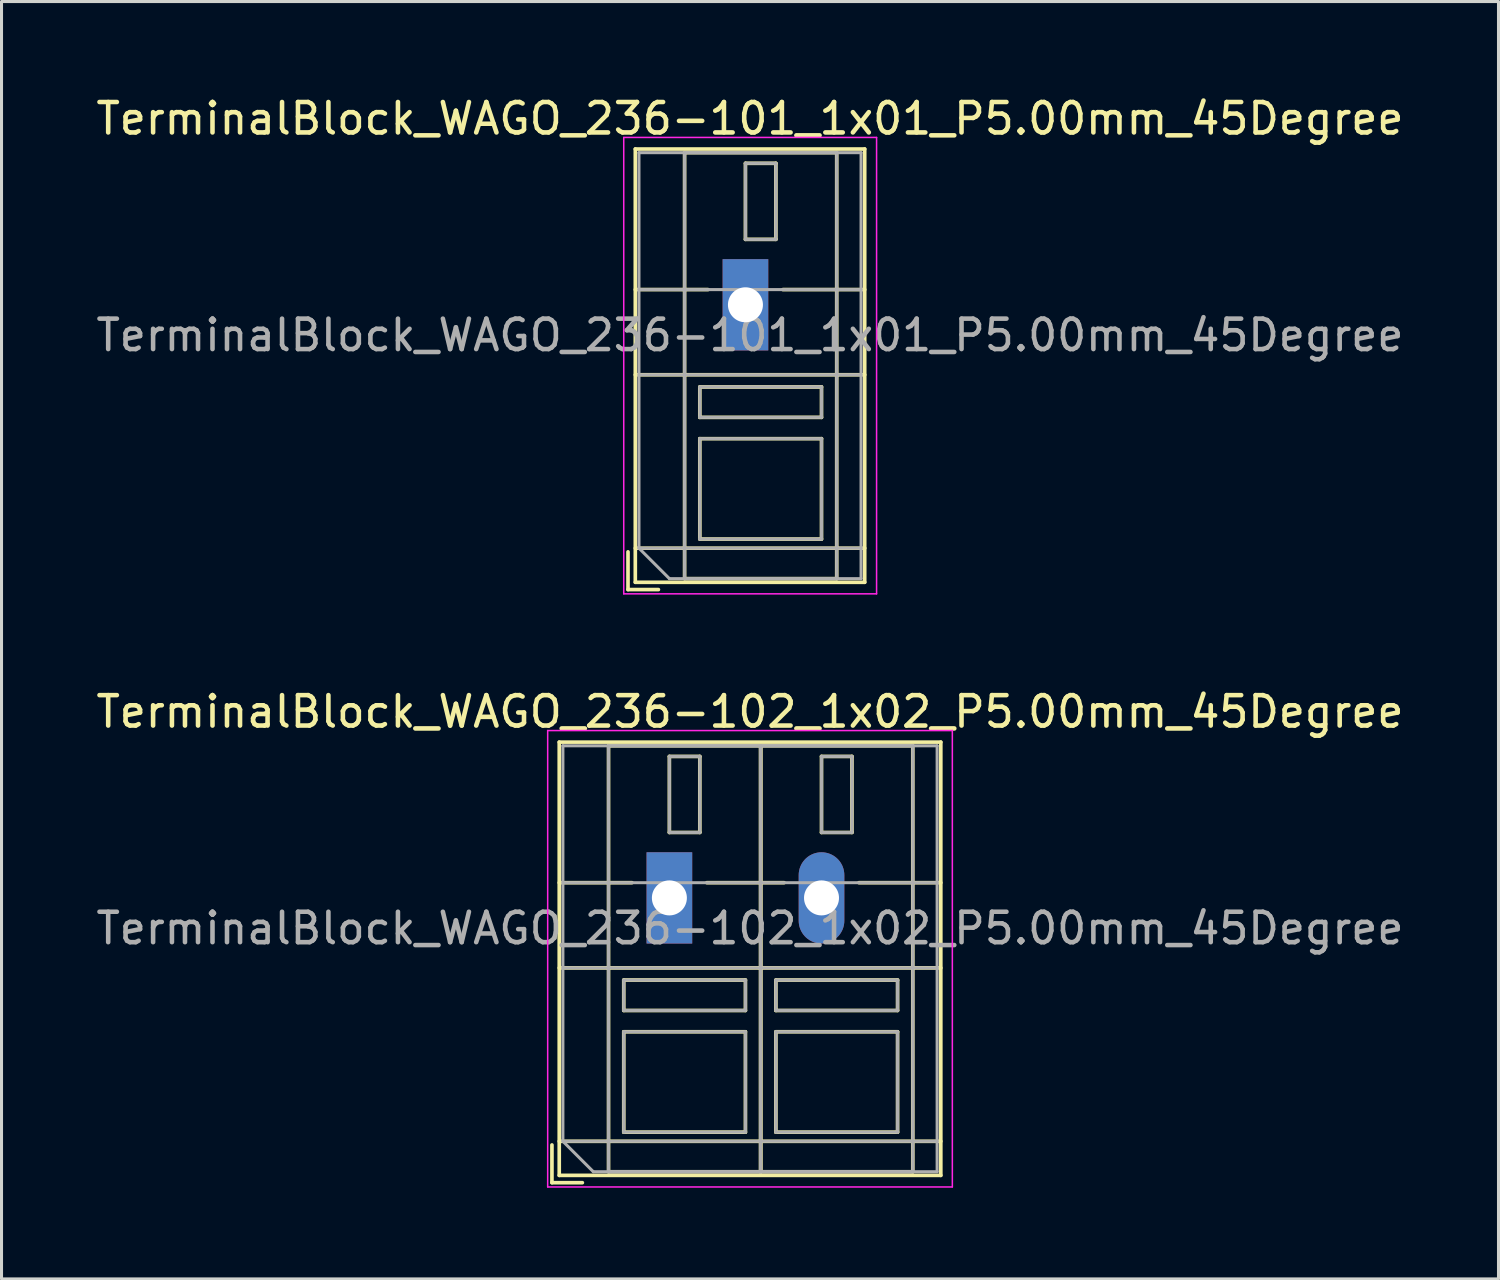
<source format=kicad_pcb>
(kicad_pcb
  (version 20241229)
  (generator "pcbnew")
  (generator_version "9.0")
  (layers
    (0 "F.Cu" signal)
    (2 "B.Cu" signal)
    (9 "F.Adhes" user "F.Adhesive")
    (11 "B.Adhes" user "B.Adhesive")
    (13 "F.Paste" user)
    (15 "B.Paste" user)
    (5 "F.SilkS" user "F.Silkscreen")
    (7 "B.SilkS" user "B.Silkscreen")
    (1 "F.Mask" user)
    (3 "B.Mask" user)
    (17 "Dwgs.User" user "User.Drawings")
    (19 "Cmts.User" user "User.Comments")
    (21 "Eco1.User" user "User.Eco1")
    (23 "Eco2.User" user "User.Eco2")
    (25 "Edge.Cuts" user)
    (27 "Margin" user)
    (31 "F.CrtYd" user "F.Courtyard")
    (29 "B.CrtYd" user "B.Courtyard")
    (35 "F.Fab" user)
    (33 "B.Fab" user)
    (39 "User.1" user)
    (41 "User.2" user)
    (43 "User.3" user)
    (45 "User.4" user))
  (footprint "TerminalBlock_WAGO_236-101_1x01_P5.00mm_45Degree"
    (layer "F.Cu")
    (at 21.451 6.968)
    (property "Reference" "TerminalBlock_WAGO_236-101_1x01_P5.00mm_45Degree" (at 0.15 -6.12 0) (layer "F.SilkS") (effects (font (size 1 1) (thickness 0.15))))
    (attr through_hole)
    (fp_line (start -3.86 8.12) (end -3.86 9.36) (stroke (width 0.12) (type solid)) (layer "F.SilkS"))
    (fp_line (start -3.86 9.36) (end -2.86 9.36) (stroke (width 0.12) (type solid)) (layer "F.SilkS"))
    (fp_line (start -3.62 -5.12) (end -3.62 9.12) (stroke (width 0.12) (type solid)) (layer "F.SilkS"))
    (fp_line (start -3.62 -5.12) (end 3.92 -5.12) (stroke (width 0.12) (type solid)) (layer "F.SilkS"))
    (fp_line (start -3.62 -0.5) (end -1.23 -0.5) (stroke (width 0.12) (type solid)) (layer "F.SilkS"))
    (fp_line (start -3.62 2.3) (end 3.92 2.3) (stroke (width 0.12) (type solid)) (layer "F.SilkS"))
    (fp_line (start -3.62 8) (end 3.92 8) (stroke (width 0.12) (type solid)) (layer "F.SilkS"))
    (fp_line (start -3.62 9.12) (end 3.92 9.12) (stroke (width 0.12) (type solid)) (layer "F.SilkS"))
    (fp_line (start -2 -5) (end -2 9) (stroke (width 0.12) (type solid)) (layer "F.SilkS"))
    (fp_line (start -2 -5) (end 3 -5) (stroke (width 0.12) (type solid)) (layer "F.SilkS"))
    (fp_line (start -2 9) (end 3 9) (stroke (width 0.12) (type solid)) (layer "F.SilkS"))
    (fp_line (start -1.5 2.7) (end -1.5 3.7) (stroke (width 0.12) (type solid)) (layer "F.SilkS"))
    (fp_line (start -1.5 2.7) (end 2.5 2.7) (stroke (width 0.12) (type solid)) (layer "F.SilkS"))
    (fp_line (start -1.5 3.7) (end 2.5 3.7) (stroke (width 0.12) (type solid)) (layer "F.SilkS"))
    (fp_line (start -1.5 4.4) (end -1.5 7.7) (stroke (width 0.12) (type solid)) (layer "F.SilkS"))
    (fp_line (start -1.5 4.4) (end 2.5 4.4) (stroke (width 0.12) (type solid)) (layer "F.SilkS"))
    (fp_line (start -1.5 7.7) (end 2.5 7.7) (stroke (width 0.12) (type solid)) (layer "F.SilkS"))
    (fp_line (start 0 -4.65) (end 0 -2.151) (stroke (width 0.12) (type solid)) (layer "F.SilkS"))
    (fp_line (start 0 -4.65) (end 1 -4.65) (stroke (width 0.12) (type solid)) (layer "F.SilkS"))
    (fp_line (start 0 -2.151) (end 1 -2.151) (stroke (width 0.12) (type solid)) (layer "F.SilkS"))
    (fp_line (start 1 -4.65) (end 1 -2.151) (stroke (width 0.12) (type solid)) (layer "F.SilkS"))
    (fp_line (start 1.23 -0.5) (end 3.92 -0.5) (stroke (width 0.12) (type solid)) (layer "F.SilkS"))
    (fp_line (start 2.5 2.7) (end 2.5 3.7) (stroke (width 0.12) (type solid)) (layer "F.SilkS"))
    (fp_line (start 2.5 4.4) (end 2.5 7.7) (stroke (width 0.12) (type solid)) (layer "F.SilkS"))
    (fp_line (start 3 -5) (end 3 9) (stroke (width 0.12) (type solid)) (layer "F.SilkS"))
    (fp_line (start 3.92 -5.12) (end 3.92 9.12) (stroke (width 0.12) (type solid)) (layer "F.SilkS"))
    (fp_line (start -4 -5.5) (end -4 9.5) (stroke (width 0.05) (type solid)) (layer "F.CrtYd"))
    (fp_line (start -4 9.5) (end 4.31 9.5) (stroke (width 0.05) (type solid)) (layer "F.CrtYd"))
    (fp_line (start 4.31 -5.5) (end -4 -5.5) (stroke (width 0.05) (type solid)) (layer "F.CrtYd"))
    (fp_line (start 4.31 9.5) (end 4.31 -5.5) (stroke (width 0.05) (type solid)) (layer "F.CrtYd"))
    (fp_line (start -3.5 -5) (end 3.8 -5) (stroke (width 0.1) (type solid)) (layer "F.Fab"))
    (fp_line (start -3.5 -0.5) (end 3.8 -0.5) (stroke (width 0.1) (type solid)) (layer "F.Fab"))
    (fp_line (start -3.5 2.3) (end 3.8 2.3) (stroke (width 0.1) (type solid)) (layer "F.Fab"))
    (fp_line (start -3.5 8) (end -3.5 -5) (stroke (width 0.1) (type solid)) (layer "F.Fab"))
    (fp_line (start -3.5 8) (end 3.8 8) (stroke (width 0.1) (type solid)) (layer "F.Fab"))
    (fp_line (start -2.5 9) (end -3.5 8) (stroke (width 0.1) (type solid)) (layer "F.Fab"))
    (fp_line (start -2 -5) (end -2 9) (stroke (width 0.1) (type solid)) (layer "F.Fab"))
    (fp_line (start -2 9) (end 3 9) (stroke (width 0.1) (type solid)) (layer "F.Fab"))
    (fp_line (start -1.5 2.7) (end -1.5 3.7) (stroke (width 0.1) (type solid)) (layer "F.Fab"))
    (fp_line (start -1.5 3.7) (end 2.5 3.7) (stroke (width 0.1) (type solid)) (layer "F.Fab"))
    (fp_line (start -1.5 4.4) (end -1.5 7.7) (stroke (width 0.1) (type solid)) (layer "F.Fab"))
    (fp_line (start -1.5 7.7) (end 2.5 7.7) (stroke (width 0.1) (type solid)) (layer "F.Fab"))
    (fp_line (start 0 -4.65) (end 0 -2.15) (stroke (width 0.1) (type solid)) (layer "F.Fab"))
    (fp_line (start 0 -2.15) (end 1 -2.15) (stroke (width 0.1) (type solid)) (layer "F.Fab"))
    (fp_line (start 1 -4.65) (end 0 -4.65) (stroke (width 0.1) (type solid)) (layer "F.Fab"))
    (fp_line (start 1 -2.15) (end 1 -4.65) (stroke (width 0.1) (type solid)) (layer "F.Fab"))
    (fp_line (start 2.5 2.7) (end -1.5 2.7) (stroke (width 0.1) (type solid)) (layer "F.Fab"))
    (fp_line (start 2.5 3.7) (end 2.5 2.7) (stroke (width 0.1) (type solid)) (layer "F.Fab"))
    (fp_line (start 2.5 4.4) (end -1.5 4.4) (stroke (width 0.1) (type solid)) (layer "F.Fab"))
    (fp_line (start 2.5 7.7) (end 2.5 4.4) (stroke (width 0.1) (type solid)) (layer "F.Fab"))
    (fp_line (start 3 -5) (end -2 -5) (stroke (width 0.1) (type solid)) (layer "F.Fab"))
    (fp_line (start 3 9) (end 3 -5) (stroke (width 0.1) (type solid)) (layer "F.Fab"))
    (fp_line (start 3.8 -5) (end 3.8 9) (stroke (width 0.1) (type solid)) (layer "F.Fab"))
    (fp_line (start 3.8 9) (end -2.5 9) (stroke (width 0.1) (type solid)) (layer "F.Fab"))
    (fp_text user "${REFERENCE}" (at 0.15 1 0) (layer "F.Fab") (effects (font (size 1 1) (thickness 0.15))))
    (pad "1" thru_hole rect (at 0 0) (size 1.5 3) (drill 1.15) (layers "*.Cu" "*.Mask")))
  (footprint "TerminalBlock_WAGO_236-102_1x02_P5.00mm_45Degree"
    (layer "F.Cu")
    (at 18.951 26.462)
    (property "Reference" "TerminalBlock_WAGO_236-102_1x02_P5.00mm_45Degree" (at 2.65 -6.12 0) (layer "F.SilkS") (effects (font (size 1 1) (thickness 0.15))))
    (attr through_hole)
    (fp_line (start -3.86 8.12) (end -3.86 9.36) (stroke (width 0.12) (type solid)) (layer "F.SilkS"))
    (fp_line (start -3.86 9.36) (end -2.86 9.36) (stroke (width 0.12) (type solid)) (layer "F.SilkS"))
    (fp_line (start -3.62 -5.12) (end -3.62 9.12) (stroke (width 0.12) (type solid)) (layer "F.SilkS"))
    (fp_line (start -3.62 -5.12) (end 8.921 -5.12) (stroke (width 0.12) (type solid)) (layer "F.SilkS"))
    (fp_line (start -3.62 -0.5) (end -1.23 -0.5) (stroke (width 0.12) (type solid)) (layer "F.SilkS"))
    (fp_line (start -3.62 2.3) (end 8.921 2.3) (stroke (width 0.12) (type solid)) (layer "F.SilkS"))
    (fp_line (start -3.62 8) (end 8.921 8) (stroke (width 0.12) (type solid)) (layer "F.SilkS"))
    (fp_line (start -3.62 9.12) (end 8.921 9.12) (stroke (width 0.12) (type solid)) (layer "F.SilkS"))
    (fp_line (start -2 -5) (end -2 9) (stroke (width 0.12) (type solid)) (layer "F.SilkS"))
    (fp_line (start -2 -5) (end 3 -5) (stroke (width 0.12) (type solid)) (layer "F.SilkS"))
    (fp_line (start -2 9) (end 3 9) (stroke (width 0.12) (type solid)) (layer "F.SilkS"))
    (fp_line (start -1.5 2.7) (end -1.5 3.7) (stroke (width 0.12) (type solid)) (layer "F.SilkS"))
    (fp_line (start -1.5 2.7) (end 2.5 2.7) (stroke (width 0.12) (type solid)) (layer "F.SilkS"))
    (fp_line (start -1.5 3.7) (end 2.5 3.7) (stroke (width 0.12) (type solid)) (layer "F.SilkS"))
    (fp_line (start -1.5 4.4) (end -1.5 7.7) (stroke (width 0.12) (type solid)) (layer "F.SilkS"))
    (fp_line (start -1.5 4.4) (end 2.5 4.4) (stroke (width 0.12) (type solid)) (layer "F.SilkS"))
    (fp_line (start -1.5 7.7) (end 2.5 7.7) (stroke (width 0.12) (type solid)) (layer "F.SilkS"))
    (fp_line (start 0 -4.65) (end 0 -2.151) (stroke (width 0.12) (type solid)) (layer "F.SilkS"))
    (fp_line (start 0 -4.65) (end 1 -4.65) (stroke (width 0.12) (type solid)) (layer "F.SilkS"))
    (fp_line (start 0 -2.151) (end 1 -2.151) (stroke (width 0.12) (type solid)) (layer "F.SilkS"))
    (fp_line (start 1 -4.65) (end 1 -2.151) (stroke (width 0.12) (type solid)) (layer "F.SilkS"))
    (fp_line (start 1.23 -0.5) (end 3.77 -0.5) (stroke (width 0.12) (type solid)) (layer "F.SilkS"))
    (fp_line (start 2.5 2.7) (end 2.5 3.7) (stroke (width 0.12) (type solid)) (layer "F.SilkS"))
    (fp_line (start 2.5 4.4) (end 2.5 7.7) (stroke (width 0.12) (type solid)) (layer "F.SilkS"))
    (fp_line (start 3 -5) (end 3 9) (stroke (width 0.12) (type solid)) (layer "F.SilkS"))
    (fp_line (start 3 -5) (end 3 9) (stroke (width 0.12) (type solid)) (layer "F.SilkS"))
    (fp_line (start 3 -5) (end 8 -5) (stroke (width 0.12) (type solid)) (layer "F.SilkS"))
    (fp_line (start 3 9) (end 8 9) (stroke (width 0.12) (type solid)) (layer "F.SilkS"))
    (fp_line (start 3.5 2.7) (end 3.5 3.7) (stroke (width 0.12) (type solid)) (layer "F.SilkS"))
    (fp_line (start 3.5 2.7) (end 7.5 2.7) (stroke (width 0.12) (type solid)) (layer "F.SilkS"))
    (fp_line (start 3.5 3.7) (end 7.5 3.7) (stroke (width 0.12) (type solid)) (layer "F.SilkS"))
    (fp_line (start 3.5 4.4) (end 3.5 7.7) (stroke (width 0.12) (type solid)) (layer "F.SilkS"))
    (fp_line (start 3.5 4.4) (end 7.5 4.4) (stroke (width 0.12) (type solid)) (layer "F.SilkS"))
    (fp_line (start 3.5 7.7) (end 7.5 7.7) (stroke (width 0.12) (type solid)) (layer "F.SilkS"))
    (fp_line (start 5 -4.65) (end 5 -2.151) (stroke (width 0.12) (type solid)) (layer "F.SilkS"))
    (fp_line (start 5 -4.65) (end 6 -4.65) (stroke (width 0.12) (type solid)) (layer "F.SilkS"))
    (fp_line (start 5 -2.151) (end 6 -2.151) (stroke (width 0.12) (type solid)) (layer "F.SilkS"))
    (fp_line (start 6 -4.65) (end 6 -2.151) (stroke (width 0.12) (type solid)) (layer "F.SilkS"))
    (fp_line (start 6.23 -0.5) (end 8.921 -0.5) (stroke (width 0.12) (type solid)) (layer "F.SilkS"))
    (fp_line (start 7.5 2.7) (end 7.5 3.7) (stroke (width 0.12) (type solid)) (layer "F.SilkS"))
    (fp_line (start 7.5 4.4) (end 7.5 7.7) (stroke (width 0.12) (type solid)) (layer "F.SilkS"))
    (fp_line (start 8 -5) (end 8 9) (stroke (width 0.12) (type solid)) (layer "F.SilkS"))
    (fp_line (start 8.921 -5.12) (end 8.921 9.12) (stroke (width 0.12) (type solid)) (layer "F.SilkS"))
    (fp_line (start -4 -5.5) (end -4 9.5) (stroke (width 0.05) (type solid)) (layer "F.CrtYd"))
    (fp_line (start -4 9.5) (end 9.3 9.5) (stroke (width 0.05) (type solid)) (layer "F.CrtYd"))
    (fp_line (start 9.3 -5.5) (end -4 -5.5) (stroke (width 0.05) (type solid)) (layer "F.CrtYd"))
    (fp_line (start 9.3 9.5) (end 9.3 -5.5) (stroke (width 0.05) (type solid)) (layer "F.CrtYd"))
    (fp_line (start -3.5 -5) (end 8.8 -5) (stroke (width 0.1) (type solid)) (layer "F.Fab"))
    (fp_line (start -3.5 -0.5) (end 8.8 -0.5) (stroke (width 0.1) (type solid)) (layer "F.Fab"))
    (fp_line (start -3.5 2.3) (end 8.8 2.3) (stroke (width 0.1) (type solid)) (layer "F.Fab"))
    (fp_line (start -3.5 8) (end -3.5 -5) (stroke (width 0.1) (type solid)) (layer "F.Fab"))
    (fp_line (start -3.5 8) (end 8.8 8) (stroke (width 0.1) (type solid)) (layer "F.Fab"))
    (fp_line (start -2.5 9) (end -3.5 8) (stroke (width 0.1) (type solid)) (layer "F.Fab"))
    (fp_line (start -2 -5) (end -2 9) (stroke (width 0.1) (type solid)) (layer "F.Fab"))
    (fp_line (start -2 9) (end 3 9) (stroke (width 0.1) (type solid)) (layer "F.Fab"))
    (fp_line (start -1.5 2.7) (end -1.5 3.7) (stroke (width 0.1) (type solid)) (layer "F.Fab"))
    (fp_line (start -1.5 3.7) (end 2.5 3.7) (stroke (width 0.1) (type solid)) (layer "F.Fab"))
    (fp_line (start -1.5 4.4) (end -1.5 7.7) (stroke (width 0.1) (type solid)) (layer "F.Fab"))
    (fp_line (start -1.5 7.7) (end 2.5 7.7) (stroke (width 0.1) (type solid)) (layer "F.Fab"))
    (fp_line (start 0 -4.65) (end 0 -2.15) (stroke (width 0.1) (type solid)) (layer "F.Fab"))
    (fp_line (start 0 -2.15) (end 1 -2.15) (stroke (width 0.1) (type solid)) (layer "F.Fab"))
    (fp_line (start 1 -4.65) (end 0 -4.65) (stroke (width 0.1) (type solid)) (layer "F.Fab"))
    (fp_line (start 1 -2.15) (end 1 -4.65) (stroke (width 0.1) (type solid)) (layer "F.Fab"))
    (fp_line (start 2.5 2.7) (end -1.5 2.7) (stroke (width 0.1) (type solid)) (layer "F.Fab"))
    (fp_line (start 2.5 3.7) (end 2.5 2.7) (stroke (width 0.1) (type solid)) (layer "F.Fab"))
    (fp_line (start 2.5 4.4) (end -1.5 4.4) (stroke (width 0.1) (type solid)) (layer "F.Fab"))
    (fp_line (start 2.5 7.7) (end 2.5 4.4) (stroke (width 0.1) (type solid)) (layer "F.Fab"))
    (fp_line (start 3 -5) (end -2 -5) (stroke (width 0.1) (type solid)) (layer "F.Fab"))
    (fp_line (start 3 -5) (end 3 9) (stroke (width 0.1) (type solid)) (layer "F.Fab"))
    (fp_line (start 3 9) (end 3 -5) (stroke (width 0.1) (type solid)) (layer "F.Fab"))
    (fp_line (start 3 9) (end 8 9) (stroke (width 0.1) (type solid)) (layer "F.Fab"))
    (fp_line (start 3.5 2.7) (end 3.5 3.7) (stroke (width 0.1) (type solid)) (layer "F.Fab"))
    (fp_line (start 3.5 3.7) (end 7.5 3.7) (stroke (width 0.1) (type solid)) (layer "F.Fab"))
    (fp_line (start 3.5 4.4) (end 3.5 7.7) (stroke (width 0.1) (type solid)) (layer "F.Fab"))
    (fp_line (start 3.5 7.7) (end 7.5 7.7) (stroke (width 0.1) (type solid)) (layer "F.Fab"))
    (fp_line (start 5 -4.65) (end 5 -2.15) (stroke (width 0.1) (type solid)) (layer "F.Fab"))
    (fp_line (start 5 -2.15) (end 6 -2.15) (stroke (width 0.1) (type solid)) (layer "F.Fab"))
    (fp_line (start 6 -4.65) (end 5 -4.65) (stroke (width 0.1) (type solid)) (layer "F.Fab"))
    (fp_line (start 6 -2.15) (end 6 -4.65) (stroke (width 0.1) (type solid)) (layer "F.Fab"))
    (fp_line (start 7.5 2.7) (end 3.5 2.7) (stroke (width 0.1) (type solid)) (layer "F.Fab"))
    (fp_line (start 7.5 3.7) (end 7.5 2.7) (stroke (width 0.1) (type solid)) (layer "F.Fab"))
    (fp_line (start 7.5 4.4) (end 3.5 4.4) (stroke (width 0.1) (type solid)) (layer "F.Fab"))
    (fp_line (start 7.5 7.7) (end 7.5 4.4) (stroke (width 0.1) (type solid)) (layer "F.Fab"))
    (fp_line (start 8 -5) (end 3 -5) (stroke (width 0.1) (type solid)) (layer "F.Fab"))
    (fp_line (start 8 9) (end 8 -5) (stroke (width 0.1) (type solid)) (layer "F.Fab"))
    (fp_line (start 8.8 -5) (end 8.8 9) (stroke (width 0.1) (type solid)) (layer "F.Fab"))
    (fp_line (start 8.8 9) (end -2.5 9) (stroke (width 0.1) (type solid)) (layer "F.Fab"))
    (fp_text user "${REFERENCE}" (at 2.65 1 0) (layer "F.Fab") (effects (font (size 1 1) (thickness 0.15))))
    (pad "1" thru_hole rect (at 0 0) (size 1.5 3) (drill 1.15) (layers "*.Cu" "*.Mask"))
    (pad "2" thru_hole oval (at 5 0) (size 1.5 3) (drill 1.15) (layers "*.Cu" "*.Mask")))
  (gr_rect
    (start -3 -3)
    (end 46.202 38.986)
    (stroke (width 0.1) (type default))
    (fill no)
    (layer "Edge.Cuts")))
</source>
